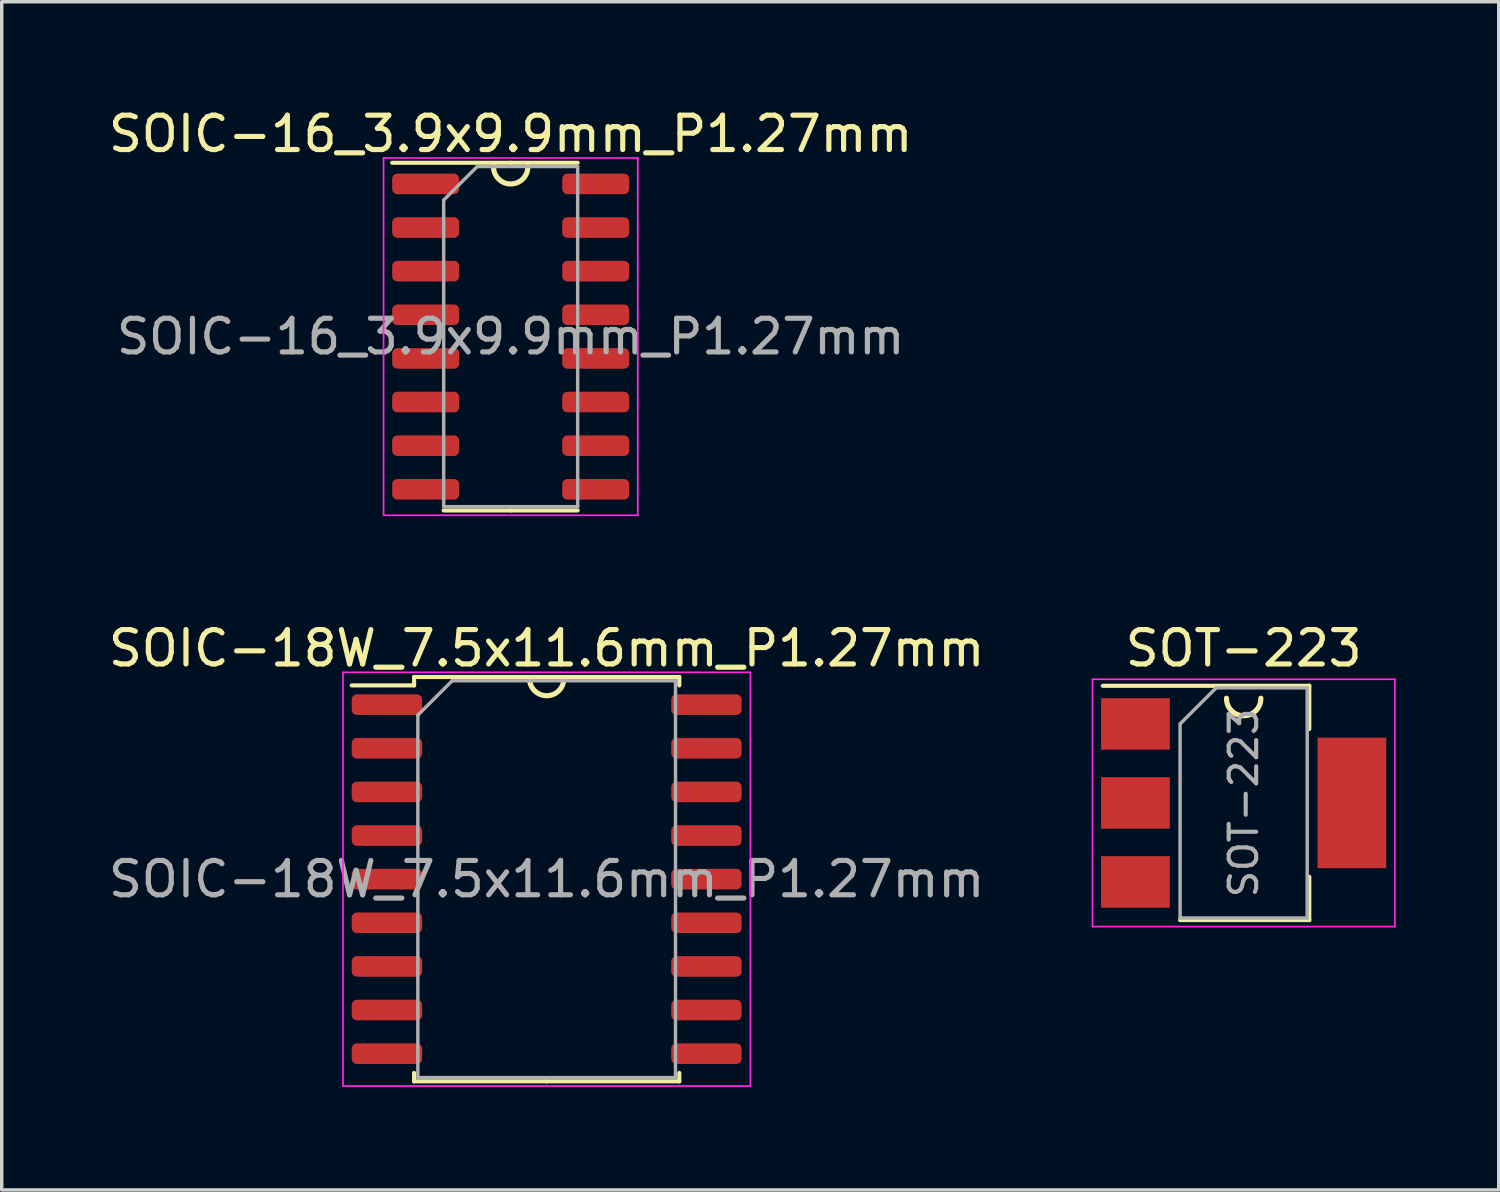
<source format=kicad_pcb>
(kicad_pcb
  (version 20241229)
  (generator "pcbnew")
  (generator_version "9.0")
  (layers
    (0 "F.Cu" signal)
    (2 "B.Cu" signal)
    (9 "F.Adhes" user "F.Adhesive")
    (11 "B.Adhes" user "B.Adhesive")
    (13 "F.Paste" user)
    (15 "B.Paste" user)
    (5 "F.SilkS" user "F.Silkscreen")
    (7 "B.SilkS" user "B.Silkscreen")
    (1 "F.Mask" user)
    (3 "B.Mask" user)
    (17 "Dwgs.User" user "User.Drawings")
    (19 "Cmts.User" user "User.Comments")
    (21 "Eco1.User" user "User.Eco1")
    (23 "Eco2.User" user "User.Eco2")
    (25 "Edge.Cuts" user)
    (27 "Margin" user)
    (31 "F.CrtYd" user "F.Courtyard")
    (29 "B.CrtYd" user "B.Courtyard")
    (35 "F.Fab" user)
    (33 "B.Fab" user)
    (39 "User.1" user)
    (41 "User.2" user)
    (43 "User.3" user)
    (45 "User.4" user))
  (footprint "SOT-223"
    (layer "F.Cu")
    (at 33.151 20.322)
    (property "Reference" "SOT-223" (at 0 -4.5 0) (layer "F.SilkS") (effects (font (size 1 1) (thickness 0.15))))
    (attr smd)
    (fp_line (start -4.1 -3.41) (end 1.91 -3.41) (stroke (width 0.12) (type solid)) (layer "F.SilkS"))
    (fp_line (start -1.85 3.41) (end 1.91 3.41) (stroke (width 0.12) (type solid)) (layer "F.SilkS"))
    (fp_line (start 1.91 -3.41) (end 1.91 -2.15) (stroke (width 0.12) (type solid)) (layer "F.SilkS"))
    (fp_line (start 1.91 3.41) (end 1.91 2.15) (stroke (width 0.12) (type solid)) (layer "F.SilkS"))
    (fp_arc (start 0.5 -3.047747) (mid 0 -2.54) (end -0.5 -3.047747) (stroke (width 0.15) (type default)) (layer "F.SilkS"))
    (fp_line (start -4.4 -3.6) (end -4.4 3.6) (stroke (width 0.05) (type solid)) (layer "F.CrtYd"))
    (fp_line (start -4.4 3.6) (end 4.4 3.6) (stroke (width 0.05) (type solid)) (layer "F.CrtYd"))
    (fp_line (start 4.4 -3.6) (end -4.4 -3.6) (stroke (width 0.05) (type solid)) (layer "F.CrtYd"))
    (fp_line (start 4.4 3.6) (end 4.4 -3.6) (stroke (width 0.05) (type solid)) (layer "F.CrtYd"))
    (fp_line (start -1.85 -2.3) (end -1.85 3.35) (stroke (width 0.1) (type solid)) (layer "F.Fab"))
    (fp_line (start -1.85 -2.3) (end -0.8 -3.35) (stroke (width 0.1) (type solid)) (layer "F.Fab"))
    (fp_line (start -1.85 3.35) (end 1.85 3.35) (stroke (width 0.1) (type solid)) (layer "F.Fab"))
    (fp_line (start -0.8 -3.35) (end 1.85 -3.35) (stroke (width 0.1) (type solid)) (layer "F.Fab"))
    (fp_line (start 1.85 -3.35) (end 1.85 3.35) (stroke (width 0.1) (type solid)) (layer "F.Fab"))
    (fp_text user "${REFERENCE}" (at 0 0 90) (layer "F.Fab") (effects (font (size 0.8 0.8) (thickness 0.12))))
    (pad "1" smd rect (at -3.15 -2.3) (size 2 1.5) (layers "F.Cu" "F.Mask" "F.Paste"))
    (pad "2" smd rect (at -3.15 0) (size 2 1.5) (layers "F.Cu" "F.Mask" "F.Paste"))
    (pad "3" smd rect (at -3.15 2.3) (size 2 1.5) (layers "F.Cu" "F.Mask" "F.Paste"))
    (pad "4" smd rect (at 3.15 0) (size 2 3.8) (layers "F.Cu" "F.Mask" "F.Paste")))
  (footprint "SOIC-18W_7.5x11.6mm_P1.27mm"
    (layer "F.Cu")
    (at 12.863 22.541)
    (property "Reference" "SOIC-18W_7.5x11.6mm_P1.27mm" (at 0 -6.72 0) (layer "F.SilkS") (effects (font (size 1 1) (thickness 0.15))))
    (attr smd)
    (fp_line (start -3.86 -5.885) (end -3.86 -5.64) (stroke (width 0.12) (type solid)) (layer "F.SilkS"))
    (fp_line (start -3.86 -5.64) (end -5.675 -5.64) (stroke (width 0.12) (type solid)) (layer "F.SilkS"))
    (fp_line (start -3.86 5.885) (end -3.86 5.64) (stroke (width 0.12) (type solid)) (layer "F.SilkS"))
    (fp_line (start 0 -5.885) (end -3.86 -5.885) (stroke (width 0.12) (type solid)) (layer "F.SilkS"))
    (fp_line (start 0 -5.885) (end 3.86 -5.885) (stroke (width 0.12) (type solid)) (layer "F.SilkS"))
    (fp_line (start 0 5.885) (end -3.86 5.885) (stroke (width 0.12) (type solid)) (layer "F.SilkS"))
    (fp_line (start 0 5.885) (end 3.86 5.885) (stroke (width 0.12) (type solid)) (layer "F.SilkS"))
    (fp_line (start 3.86 -5.885) (end 3.86 -5.64) (stroke (width 0.12) (type solid)) (layer "F.SilkS"))
    (fp_line (start 3.86 5.885) (end 3.86 5.64) (stroke (width 0.12) (type solid)) (layer "F.SilkS"))
    (fp_arc (start 0.5 -5.85) (mid 0 -5.342253) (end -0.5 -5.85) (stroke (width 0.15) (type default)) (layer "F.SilkS"))
    (fp_line (start -5.93 -6.02) (end -5.93 6.02) (stroke (width 0.05) (type solid)) (layer "F.CrtYd"))
    (fp_line (start -5.93 6.02) (end 5.93 6.02) (stroke (width 0.05) (type solid)) (layer "F.CrtYd"))
    (fp_line (start 5.93 -6.02) (end -5.93 -6.02) (stroke (width 0.05) (type solid)) (layer "F.CrtYd"))
    (fp_line (start 5.93 6.02) (end 5.93 -6.02) (stroke (width 0.05) (type solid)) (layer "F.CrtYd"))
    (fp_line (start -3.75 -4.775) (end -2.75 -5.775) (stroke (width 0.1) (type solid)) (layer "F.Fab"))
    (fp_line (start -3.75 5.775) (end -3.75 -4.775) (stroke (width 0.1) (type solid)) (layer "F.Fab"))
    (fp_line (start -2.75 -5.775) (end 3.75 -5.775) (stroke (width 0.1) (type solid)) (layer "F.Fab"))
    (fp_line (start 3.75 -5.775) (end 3.75 5.775) (stroke (width 0.1) (type solid)) (layer "F.Fab"))
    (fp_line (start 3.75 5.775) (end -3.75 5.775) (stroke (width 0.1) (type solid)) (layer "F.Fab"))
    (fp_text user "${REFERENCE}" (at 0 0 0) (layer "F.Fab") (effects (font (size 1 1) (thickness 0.15))))
    (pad "1" smd roundrect (at -4.65 -5.08) (size 2.05 0.6) (layers "F.Cu" "F.Mask" "F.Paste") (roundrect_rratio 0.25))
    (pad "2" smd roundrect (at -4.65 -3.81) (size 2.05 0.6) (layers "F.Cu" "F.Mask" "F.Paste") (roundrect_rratio 0.25))
    (pad "3" smd roundrect (at -4.65 -2.54) (size 2.05 0.6) (layers "F.Cu" "F.Mask" "F.Paste") (roundrect_rratio 0.25))
    (pad "4" smd roundrect (at -4.65 -1.27) (size 2.05 0.6) (layers "F.Cu" "F.Mask" "F.Paste") (roundrect_rratio 0.25))
    (pad "5" smd roundrect (at -4.65 0) (size 2.05 0.6) (layers "F.Cu" "F.Mask" "F.Paste") (roundrect_rratio 0.25))
    (pad "6" smd roundrect (at -4.65 1.27) (size 2.05 0.6) (layers "F.Cu" "F.Mask" "F.Paste") (roundrect_rratio 0.25))
    (pad "7" smd roundrect (at -4.65 2.54) (size 2.05 0.6) (layers "F.Cu" "F.Mask" "F.Paste") (roundrect_rratio 0.25))
    (pad "8" smd roundrect (at -4.65 3.81) (size 2.05 0.6) (layers "F.Cu" "F.Mask" "F.Paste") (roundrect_rratio 0.25))
    (pad "9" smd roundrect (at -4.65 5.08) (size 2.05 0.6) (layers "F.Cu" "F.Mask" "F.Paste") (roundrect_rratio 0.25))
    (pad "10" smd roundrect (at 4.65 5.08) (size 2.05 0.6) (layers "F.Cu" "F.Mask" "F.Paste") (roundrect_rratio 0.25))
    (pad "11" smd roundrect (at 4.65 3.81) (size 2.05 0.6) (layers "F.Cu" "F.Mask" "F.Paste") (roundrect_rratio 0.25))
    (pad "12" smd roundrect (at 4.65 2.54) (size 2.05 0.6) (layers "F.Cu" "F.Mask" "F.Paste") (roundrect_rratio 0.25))
    (pad "13" smd roundrect (at 4.65 1.27) (size 2.05 0.6) (layers "F.Cu" "F.Mask" "F.Paste") (roundrect_rratio 0.25))
    (pad "14" smd roundrect (at 4.65 0) (size 2.05 0.6) (layers "F.Cu" "F.Mask" "F.Paste") (roundrect_rratio 0.25))
    (pad "15" smd roundrect (at 4.65 -1.27) (size 2.05 0.6) (layers "F.Cu" "F.Mask" "F.Paste") (roundrect_rratio 0.25))
    (pad "16" smd roundrect (at 4.65 -2.54) (size 2.05 0.6) (layers "F.Cu" "F.Mask" "F.Paste") (roundrect_rratio 0.25))
    (pad "17" smd roundrect (at 4.65 -3.81) (size 2.05 0.6) (layers "F.Cu" "F.Mask" "F.Paste") (roundrect_rratio 0.25))
    (pad "18" smd roundrect (at 4.65 -5.08) (size 2.05 0.6) (layers "F.Cu" "F.Mask" "F.Paste") (roundrect_rratio 0.25)))
  (footprint "SOIC-16_3.9x9.9mm_P1.27mm"
    (layer "F.Cu")
    (at 11.815 6.748)
    (property "Reference" "SOIC-16_3.9x9.9mm_P1.27mm" (at 0 -5.9 0) (layer "F.SilkS") (effects (font (size 1 1) (thickness 0.15))))
    (attr smd)
    (fp_line (start 0 -5.06) (end -3.45 -5.06) (stroke (width 0.12) (type solid)) (layer "F.SilkS"))
    (fp_line (start 0 -5.06) (end 1.95 -5.06) (stroke (width 0.12) (type solid)) (layer "F.SilkS"))
    (fp_line (start 0 5.06) (end -1.95 5.06) (stroke (width 0.12) (type solid)) (layer "F.SilkS"))
    (fp_line (start 0 5.06) (end 1.95 5.06) (stroke (width 0.12) (type solid)) (layer "F.SilkS"))
    (fp_arc (start 0.5 -4.952747) (mid 0 -4.445) (end -0.5 -4.952747) (stroke (width 0.15) (type default)) (layer "F.SilkS"))
    (fp_line (start -3.7 -5.2) (end -3.7 5.2) (stroke (width 0.05) (type solid)) (layer "F.CrtYd"))
    (fp_line (start -3.7 5.2) (end 3.7 5.2) (stroke (width 0.05) (type solid)) (layer "F.CrtYd"))
    (fp_line (start 3.7 -5.2) (end -3.7 -5.2) (stroke (width 0.05) (type solid)) (layer "F.CrtYd"))
    (fp_line (start 3.7 5.2) (end 3.7 -5.2) (stroke (width 0.05) (type solid)) (layer "F.CrtYd"))
    (fp_line (start -1.95 -3.975) (end -0.975 -4.95) (stroke (width 0.1) (type solid)) (layer "F.Fab"))
    (fp_line (start -1.95 4.95) (end -1.95 -3.975) (stroke (width 0.1) (type solid)) (layer "F.Fab"))
    (fp_line (start -0.975 -4.95) (end 1.95 -4.95) (stroke (width 0.1) (type solid)) (layer "F.Fab"))
    (fp_line (start 1.95 -4.95) (end 1.95 4.95) (stroke (width 0.1) (type solid)) (layer "F.Fab"))
    (fp_line (start 1.95 4.95) (end -1.95 4.95) (stroke (width 0.1) (type solid)) (layer "F.Fab"))
    (fp_text user "${REFERENCE}" (at 0 0 0) (layer "F.Fab") (effects (font (size 0.98 0.98) (thickness 0.15))))
    (pad "1" smd roundrect (at -2.475 -4.445) (size 1.95 0.6) (layers "F.Cu" "F.Mask" "F.Paste") (roundrect_rratio 0.25))
    (pad "2" smd roundrect (at -2.475 -3.175) (size 1.95 0.6) (layers "F.Cu" "F.Mask" "F.Paste") (roundrect_rratio 0.25))
    (pad "3" smd roundrect (at -2.475 -1.905) (size 1.95 0.6) (layers "F.Cu" "F.Mask" "F.Paste") (roundrect_rratio 0.25))
    (pad "4" smd roundrect (at -2.475 -0.635) (size 1.95 0.6) (layers "F.Cu" "F.Mask" "F.Paste") (roundrect_rratio 0.25))
    (pad "5" smd roundrect (at -2.475 0.635) (size 1.95 0.6) (layers "F.Cu" "F.Mask" "F.Paste") (roundrect_rratio 0.25))
    (pad "6" smd roundrect (at -2.475 1.905) (size 1.95 0.6) (layers "F.Cu" "F.Mask" "F.Paste") (roundrect_rratio 0.25))
    (pad "7" smd roundrect (at -2.475 3.175) (size 1.95 0.6) (layers "F.Cu" "F.Mask" "F.Paste") (roundrect_rratio 0.25))
    (pad "8" smd roundrect (at -2.475 4.445) (size 1.95 0.6) (layers "F.Cu" "F.Mask" "F.Paste") (roundrect_rratio 0.25))
    (pad "9" smd roundrect (at 2.475 4.445) (size 1.95 0.6) (layers "F.Cu" "F.Mask" "F.Paste") (roundrect_rratio 0.25))
    (pad "10" smd roundrect (at 2.475 3.175) (size 1.95 0.6) (layers "F.Cu" "F.Mask" "F.Paste") (roundrect_rratio 0.25))
    (pad "11" smd roundrect (at 2.475 1.905) (size 1.95 0.6) (layers "F.Cu" "F.Mask" "F.Paste") (roundrect_rratio 0.25))
    (pad "12" smd roundrect (at 2.475 0.635) (size 1.95 0.6) (layers "F.Cu" "F.Mask" "F.Paste") (roundrect_rratio 0.25))
    (pad "13" smd roundrect (at 2.475 -0.635) (size 1.95 0.6) (layers "F.Cu" "F.Mask" "F.Paste") (roundrect_rratio 0.25))
    (pad "14" smd roundrect (at 2.475 -1.905) (size 1.95 0.6) (layers "F.Cu" "F.Mask" "F.Paste") (roundrect_rratio 0.25))
    (pad "15" smd roundrect (at 2.475 -3.175) (size 1.95 0.6) (layers "F.Cu" "F.Mask" "F.Paste") (roundrect_rratio 0.25))
    (pad "16" smd roundrect (at 2.475 -4.445) (size 1.95 0.6) (layers "F.Cu" "F.Mask" "F.Paste") (roundrect_rratio 0.25)))
  (gr_rect
    (start -3 -3)
    (end 40.576 31.587)
    (stroke (width 0.1) (type default))
    (fill no)
    (layer "Edge.Cuts")))
</source>
